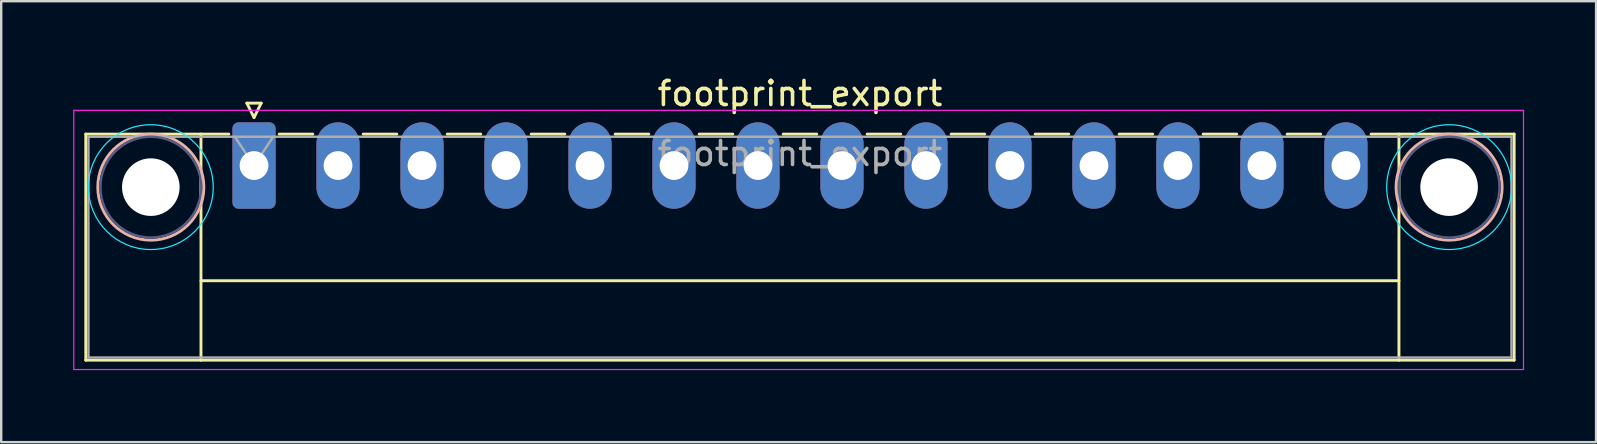
<source format=kicad_pcb>
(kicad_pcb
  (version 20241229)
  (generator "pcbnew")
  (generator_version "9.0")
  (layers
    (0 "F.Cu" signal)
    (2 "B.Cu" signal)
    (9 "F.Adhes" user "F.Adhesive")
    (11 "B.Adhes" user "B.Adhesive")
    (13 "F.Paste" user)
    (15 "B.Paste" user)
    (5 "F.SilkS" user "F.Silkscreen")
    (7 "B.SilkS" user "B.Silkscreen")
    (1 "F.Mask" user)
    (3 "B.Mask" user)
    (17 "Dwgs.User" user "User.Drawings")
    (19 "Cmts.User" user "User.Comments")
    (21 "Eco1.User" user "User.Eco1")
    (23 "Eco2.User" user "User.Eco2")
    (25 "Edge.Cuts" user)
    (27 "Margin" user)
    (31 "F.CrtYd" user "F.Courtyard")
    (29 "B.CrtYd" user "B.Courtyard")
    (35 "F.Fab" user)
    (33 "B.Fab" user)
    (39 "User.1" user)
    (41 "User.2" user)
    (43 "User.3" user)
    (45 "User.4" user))
  (footprint "footprint_export"
    (layer "F.Cu")
    (at 7.535 3.848)
    (property "Reference" "footprint_export" (at 22.75 -3 0) (layer "F.SilkS") (effects (font (size 1 1) (thickness 0.15))))
    (attr through_hole)
    (fp_line (start -7.01 -1.31) (end -7.01 8.11) (stroke (width 0.12) (type solid)) (layer "F.SilkS"))
    (fp_line (start -7.01 -1.31) (end -1.05 -1.31) (stroke (width 0.12) (type solid)) (layer "F.SilkS"))
    (fp_line (start -7.01 8.11) (end 52.51 8.11) (stroke (width 0.12) (type solid)) (layer "F.SilkS"))
    (fp_line (start -2.21 -1.31) (end -2.21 8.11) (stroke (width 0.12) (type solid)) (layer "F.SilkS"))
    (fp_line (start -2.21 4.8) (end 47.71 4.8) (stroke (width 0.12) (type solid)) (layer "F.SilkS"))
    (fp_line (start -0.3 -2.6) (end 0.3 -2.6) (stroke (width 0.12) (type solid)) (layer "F.SilkS"))
    (fp_line (start 0 -2) (end -0.3 -2.6) (stroke (width 0.12) (type solid)) (layer "F.SilkS"))
    (fp_line (start 0.3 -2.6) (end 0 -2) (stroke (width 0.12) (type solid)) (layer "F.SilkS"))
    (fp_line (start 1.05 -1.31) (end 2.45 -1.31) (stroke (width 0.12) (type solid)) (layer "F.SilkS"))
    (fp_line (start 4.55 -1.31) (end 5.95 -1.31) (stroke (width 0.12) (type solid)) (layer "F.SilkS"))
    (fp_line (start 8.05 -1.31) (end 9.45 -1.31) (stroke (width 0.12) (type solid)) (layer "F.SilkS"))
    (fp_line (start 11.55 -1.31) (end 12.95 -1.31) (stroke (width 0.12) (type solid)) (layer "F.SilkS"))
    (fp_line (start 15.05 -1.31) (end 16.45 -1.31) (stroke (width 0.12) (type solid)) (layer "F.SilkS"))
    (fp_line (start 18.55 -1.31) (end 19.95 -1.31) (stroke (width 0.12) (type solid)) (layer "F.SilkS"))
    (fp_line (start 22.05 -1.31) (end 23.45 -1.31) (stroke (width 0.12) (type solid)) (layer "F.SilkS"))
    (fp_line (start 25.55 -1.31) (end 26.95 -1.31) (stroke (width 0.12) (type solid)) (layer "F.SilkS"))
    (fp_line (start 29.05 -1.31) (end 30.45 -1.31) (stroke (width 0.12) (type solid)) (layer "F.SilkS"))
    (fp_line (start 32.55 -1.31) (end 33.95 -1.31) (stroke (width 0.12) (type solid)) (layer "F.SilkS"))
    (fp_line (start 36.05 -1.31) (end 37.45 -1.31) (stroke (width 0.12) (type solid)) (layer "F.SilkS"))
    (fp_line (start 39.55 -1.31) (end 40.95 -1.31) (stroke (width 0.12) (type solid)) (layer "F.SilkS"))
    (fp_line (start 43.05 -1.31) (end 44.45 -1.31) (stroke (width 0.12) (type solid)) (layer "F.SilkS"))
    (fp_line (start 47.71 -1.31) (end 47.71 8.11) (stroke (width 0.12) (type solid)) (layer "F.SilkS"))
    (fp_line (start 52.51 -1.31) (end 46.55 -1.31) (stroke (width 0.12) (type solid)) (layer "F.SilkS"))
    (fp_line (start 52.51 8.11) (end 52.51 -1.31) (stroke (width 0.12) (type solid)) (layer "F.SilkS"))
    (fp_circle (center -4.3 0.9) (end -2.09 0.9) (stroke (width 0.12) (type solid)) (fill no) (layer "B.SilkS"))
    (fp_circle (center 49.8 0.9) (end 52.01 0.9) (stroke (width 0.12) (type solid)) (fill no) (layer "B.SilkS"))
    (fp_circle (center -4.3 0.9) (end -1.7 0.9) (stroke (width 0.05) (type solid)) (fill no) (layer "B.CrtYd"))
    (fp_circle (center 49.8 0.9) (end 52.4 0.9) (stroke (width 0.05) (type solid)) (fill no) (layer "B.CrtYd"))
    (fp_line (start -7.51 -2.3) (end -7.51 8.5) (stroke (width 0.05) (type solid)) (layer "F.CrtYd"))
    (fp_line (start -7.51 8.5) (end 52.9 8.5) (stroke (width 0.05) (type solid)) (layer "F.CrtYd"))
    (fp_line (start 52.9 -2.3) (end -7.51 -2.3) (stroke (width 0.05) (type solid)) (layer "F.CrtYd"))
    (fp_line (start 52.9 8.5) (end 52.9 -2.3) (stroke (width 0.05) (type solid)) (layer "F.CrtYd"))
    (fp_circle (center -4.3 0.9) (end -2.2 0.9) (stroke (width 0.1) (type solid)) (fill no) (layer "B.Fab"))
    (fp_circle (center 49.8 0.9) (end 51.9 0.9) (stroke (width 0.1) (type solid)) (fill no) (layer "B.Fab"))
    (fp_line (start -6.9 -1.2) (end -6.9 8) (stroke (width 0.1) (type solid)) (layer "F.Fab"))
    (fp_line (start -6.9 8) (end 52.4 8) (stroke (width 0.1) (type solid)) (layer "F.Fab"))
    (fp_line (start 0 0) (end -0.8 -1.2) (stroke (width 0.1) (type solid)) (layer "F.Fab"))
    (fp_line (start 0.8 -1.2) (end 0 0) (stroke (width 0.1) (type solid)) (layer "F.Fab"))
    (fp_line (start 52.4 -1.2) (end -6.9 -1.2) (stroke (width 0.1) (type solid)) (layer "F.Fab"))
    (fp_line (start 52.4 8) (end 52.4 -1.2) (stroke (width 0.1) (type solid)) (layer "F.Fab"))
    (fp_text user "${REFERENCE}" (at 22.75 -0.5 0) (layer "F.Fab") (effects (font (size 1 1) (thickness 0.15))))
    (pad "" np_thru_hole circle (at -4.3 0.9) (size 2.4 2.4) (drill 2.4) (layers "*.Cu" "*.Mask"))
    (pad "" np_thru_hole circle (at 49.8 0.9) (size 2.4 2.4) (drill 2.4) (layers "*.Cu" "*.Mask"))
    (pad "1" thru_hole roundrect (at 0 0) (size 1.8 3.6) (drill 1.2) (layers "*.Cu" "*.Mask") (roundrect_rratio 0.139))
    (pad "2" thru_hole oval (at 3.5 0) (size 1.8 3.6) (drill 1.2) (layers "*.Cu" "*.Mask"))
    (pad "3" thru_hole oval (at 7 0) (size 1.8 3.6) (drill 1.2) (layers "*.Cu" "*.Mask"))
    (pad "4" thru_hole oval (at 10.5 0) (size 1.8 3.6) (drill 1.2) (layers "*.Cu" "*.Mask"))
    (pad "5" thru_hole oval (at 14 0) (size 1.8 3.6) (drill 1.2) (layers "*.Cu" "*.Mask"))
    (pad "6" thru_hole oval (at 17.5 0) (size 1.8 3.6) (drill 1.2) (layers "*.Cu" "*.Mask"))
    (pad "7" thru_hole oval (at 21 0) (size 1.8 3.6) (drill 1.2) (layers "*.Cu" "*.Mask"))
    (pad "8" thru_hole oval (at 24.5 0) (size 1.8 3.6) (drill 1.2) (layers "*.Cu" "*.Mask"))
    (pad "9" thru_hole oval (at 28 0) (size 1.8 3.6) (drill 1.2) (layers "*.Cu" "*.Mask"))
    (pad "10" thru_hole oval (at 31.5 0) (size 1.8 3.6) (drill 1.2) (layers "*.Cu" "*.Mask"))
    (pad "11" thru_hole oval (at 35 0) (size 1.8 3.6) (drill 1.2) (layers "*.Cu" "*.Mask"))
    (pad "12" thru_hole oval (at 38.5 0) (size 1.8 3.6) (drill 1.2) (layers "*.Cu" "*.Mask"))
    (pad "13" thru_hole oval (at 42 0) (size 1.8 3.6) (drill 1.2) (layers "*.Cu" "*.Mask"))
    (pad "14" thru_hole oval (at 45.5 0) (size 1.8 3.6) (drill 1.2) (layers "*.Cu" "*.Mask")))
  (gr_rect
    (start -3 -3)
    (end 63.46 15.373)
    (stroke (width 0.1) (type default))
    (fill no)
    (layer "Edge.Cuts")))
</source>
